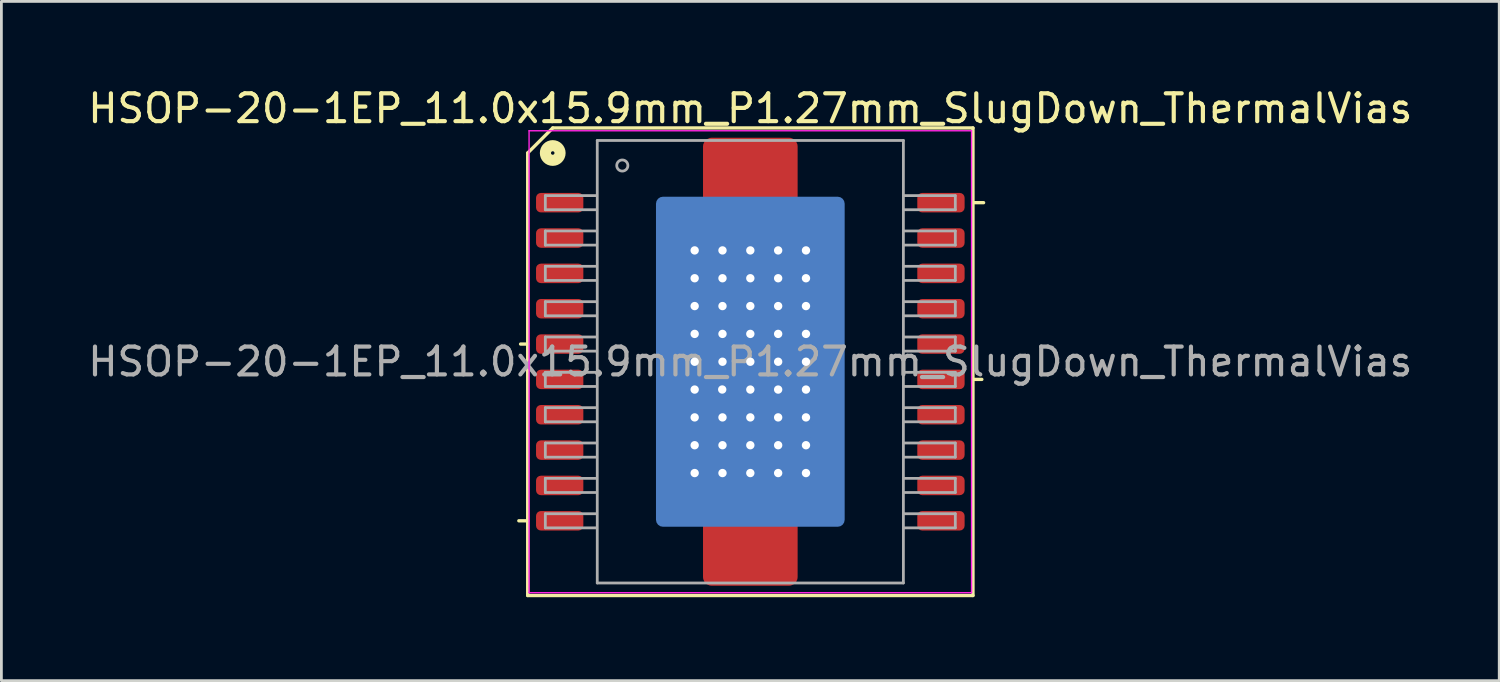
<source format=kicad_pcb>
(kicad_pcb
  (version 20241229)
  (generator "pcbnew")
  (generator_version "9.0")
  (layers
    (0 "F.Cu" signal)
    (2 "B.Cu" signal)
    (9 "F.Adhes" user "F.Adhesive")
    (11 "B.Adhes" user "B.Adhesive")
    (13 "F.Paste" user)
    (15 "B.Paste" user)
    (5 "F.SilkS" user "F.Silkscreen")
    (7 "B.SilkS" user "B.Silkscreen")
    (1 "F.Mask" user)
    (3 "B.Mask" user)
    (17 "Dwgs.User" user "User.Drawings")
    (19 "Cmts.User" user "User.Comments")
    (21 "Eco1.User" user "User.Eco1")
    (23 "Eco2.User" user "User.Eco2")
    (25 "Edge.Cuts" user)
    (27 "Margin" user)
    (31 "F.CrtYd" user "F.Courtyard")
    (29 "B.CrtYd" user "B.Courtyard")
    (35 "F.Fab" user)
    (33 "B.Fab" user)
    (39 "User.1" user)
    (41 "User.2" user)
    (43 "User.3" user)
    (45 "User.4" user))
  (footprint "HSOP-20-1EP_11.0x15.9mm_P1.27mm_SlugDown_ThermalVias"
    (layer "F.Cu")
    (at 23.911 9.948)
    (property "Reference" "HSOP-20-1EP_11.0x15.9mm_P1.27mm_SlugDown_ThermalVias" (at 0 -9.1 0) (layer "F.SilkS") (effects (font (size 1 1) (thickness 0.15))))
    (attr smd)
    (fp_line (start -8.001 -0.635) (end -8.255 -0.635) (stroke (width 0.12) (type solid)) (layer "F.SilkS"))
    (fp_line (start -8 -7.5) (end -8 8.4) (stroke (width 0.12) (type solid)) (layer "F.SilkS"))
    (fp_line (start -8 -7.5) (end -7.1 -8.4) (stroke (width 0.12) (type solid)) (layer "F.SilkS"))
    (fp_line (start -8 5.715) (end -8.318 5.715) (stroke (width 0.12) (type solid)) (layer "F.SilkS"))
    (fp_line (start -8 8.4) (end 8 8.4) (stroke (width 0.12) (type solid)) (layer "F.SilkS"))
    (fp_line (start 8 -8.4) (end -7.1 -8.4) (stroke (width 0.12) (type solid)) (layer "F.SilkS"))
    (fp_line (start 8 8.4) (end 8 -8.4) (stroke (width 0.12) (type solid)) (layer "F.SilkS"))
    (fp_line (start 8.001 -5.715) (end 8.382 -5.715) (stroke (width 0.12) (type solid)) (layer "F.SilkS"))
    (fp_line (start 8.001 0.635) (end 8.319 0.635) (stroke (width 0.12) (type solid)) (layer "F.SilkS"))
    (fp_circle (center -7.1 -7.5) (end -7.037 -7.5) (stroke (width 0.4) (type solid)) (fill no) (layer "F.SilkS"))
    (fp_line (start -7.95 -8.3) (end -7.95 8.3) (stroke (width 0.05) (type solid)) (layer "F.CrtYd"))
    (fp_line (start -7.95 -8.3) (end 7.95 -8.3) (stroke (width 0.05) (type solid)) (layer "F.CrtYd"))
    (fp_line (start 7.95 8.3) (end -7.95 8.3) (stroke (width 0.05) (type solid)) (layer "F.CrtYd"))
    (fp_line (start 7.95 8.3) (end 7.95 -8.3) (stroke (width 0.05) (type solid)) (layer "F.CrtYd"))
    (fp_line (start -7.366 -5.969) (end -7.366 -5.461) (stroke (width 0.1) (type solid)) (layer "F.Fab"))
    (fp_line (start -7.366 -5.969) (end -5.524 -5.969) (stroke (width 0.1) (type solid)) (layer "F.Fab"))
    (fp_line (start -7.366 -5.461) (end -5.524 -5.461) (stroke (width 0.1) (type solid)) (layer "F.Fab"))
    (fp_line (start -7.366 -4.699) (end -7.366 -4.191) (stroke (width 0.1) (type solid)) (layer "F.Fab"))
    (fp_line (start -7.366 -4.699) (end -5.524 -4.699) (stroke (width 0.1) (type solid)) (layer "F.Fab"))
    (fp_line (start -7.366 -4.191) (end -5.524 -4.191) (stroke (width 0.1) (type solid)) (layer "F.Fab"))
    (fp_line (start -7.366 -3.429) (end -7.366 -2.921) (stroke (width 0.1) (type solid)) (layer "F.Fab"))
    (fp_line (start -7.366 -3.429) (end -5.524 -3.429) (stroke (width 0.1) (type solid)) (layer "F.Fab"))
    (fp_line (start -7.366 -2.921) (end -5.524 -2.921) (stroke (width 0.1) (type solid)) (layer "F.Fab"))
    (fp_line (start -7.366 -2.159) (end -7.366 -1.651) (stroke (width 0.1) (type solid)) (layer "F.Fab"))
    (fp_line (start -7.366 -2.159) (end -5.524 -2.159) (stroke (width 0.1) (type solid)) (layer "F.Fab"))
    (fp_line (start -7.366 -1.651) (end -5.524 -1.651) (stroke (width 0.1) (type solid)) (layer "F.Fab"))
    (fp_line (start -7.366 -0.889) (end -7.366 -0.381) (stroke (width 0.1) (type solid)) (layer "F.Fab"))
    (fp_line (start -7.366 -0.889) (end -5.524 -0.889) (stroke (width 0.1) (type solid)) (layer "F.Fab"))
    (fp_line (start -7.366 -0.381) (end -5.524 -0.381) (stroke (width 0.1) (type solid)) (layer "F.Fab"))
    (fp_line (start -7.366 0.381) (end -7.366 0.889) (stroke (width 0.1) (type solid)) (layer "F.Fab"))
    (fp_line (start -7.366 0.381) (end -5.524 0.381) (stroke (width 0.1) (type solid)) (layer "F.Fab"))
    (fp_line (start -7.366 0.889) (end -5.524 0.889) (stroke (width 0.1) (type solid)) (layer "F.Fab"))
    (fp_line (start -7.366 1.651) (end -7.366 2.159) (stroke (width 0.1) (type solid)) (layer "F.Fab"))
    (fp_line (start -7.366 1.651) (end -5.524 1.651) (stroke (width 0.1) (type solid)) (layer "F.Fab"))
    (fp_line (start -7.366 2.159) (end -5.524 2.159) (stroke (width 0.1) (type solid)) (layer "F.Fab"))
    (fp_line (start -7.366 2.921) (end -7.366 3.429) (stroke (width 0.1) (type solid)) (layer "F.Fab"))
    (fp_line (start -7.366 2.921) (end -5.524 2.921) (stroke (width 0.1) (type solid)) (layer "F.Fab"))
    (fp_line (start -7.366 3.429) (end -5.524 3.429) (stroke (width 0.1) (type solid)) (layer "F.Fab"))
    (fp_line (start -7.366 4.191) (end -7.366 4.699) (stroke (width 0.1) (type solid)) (layer "F.Fab"))
    (fp_line (start -7.366 4.191) (end -5.524 4.191) (stroke (width 0.1) (type solid)) (layer "F.Fab"))
    (fp_line (start -7.366 4.699) (end -5.524 4.699) (stroke (width 0.1) (type solid)) (layer "F.Fab"))
    (fp_line (start -7.366 5.461) (end -7.366 5.969) (stroke (width 0.1) (type solid)) (layer "F.Fab"))
    (fp_line (start -7.366 5.461) (end -5.524 5.461) (stroke (width 0.1) (type solid)) (layer "F.Fab"))
    (fp_line (start -7.366 5.969) (end -5.524 5.969) (stroke (width 0.1) (type solid)) (layer "F.Fab"))
    (fp_line (start -5.5 -7.95) (end -5.5 7.95) (stroke (width 0.1) (type solid)) (layer "F.Fab"))
    (fp_line (start -5.5 7.95) (end 5.5 7.95) (stroke (width 0.1) (type solid)) (layer "F.Fab"))
    (fp_line (start 5.5 -7.95) (end -5.5 -7.95) (stroke (width 0.1) (type solid)) (layer "F.Fab"))
    (fp_line (start 5.5 7.95) (end 5.5 -7.95) (stroke (width 0.1) (type solid)) (layer "F.Fab"))
    (fp_line (start 7.366 -5.969) (end 5.524 -5.969) (stroke (width 0.1) (type solid)) (layer "F.Fab"))
    (fp_line (start 7.366 -5.461) (end 5.524 -5.461) (stroke (width 0.1) (type solid)) (layer "F.Fab"))
    (fp_line (start 7.366 -5.461) (end 7.366 -5.969) (stroke (width 0.1) (type solid)) (layer "F.Fab"))
    (fp_line (start 7.366 -4.699) (end 5.524 -4.699) (stroke (width 0.1) (type solid)) (layer "F.Fab"))
    (fp_line (start 7.366 -4.191) (end 5.524 -4.191) (stroke (width 0.1) (type solid)) (layer "F.Fab"))
    (fp_line (start 7.366 -4.191) (end 7.366 -4.699) (stroke (width 0.1) (type solid)) (layer "F.Fab"))
    (fp_line (start 7.366 -3.429) (end 5.524 -3.429) (stroke (width 0.1) (type solid)) (layer "F.Fab"))
    (fp_line (start 7.366 -2.921) (end 5.524 -2.921) (stroke (width 0.1) (type solid)) (layer "F.Fab"))
    (fp_line (start 7.366 -2.921) (end 7.366 -3.429) (stroke (width 0.1) (type solid)) (layer "F.Fab"))
    (fp_line (start 7.366 -2.159) (end 5.524 -2.159) (stroke (width 0.1) (type solid)) (layer "F.Fab"))
    (fp_line (start 7.366 -1.651) (end 5.524 -1.651) (stroke (width 0.1) (type solid)) (layer "F.Fab"))
    (fp_line (start 7.366 -1.651) (end 7.366 -2.159) (stroke (width 0.1) (type solid)) (layer "F.Fab"))
    (fp_line (start 7.366 -0.889) (end 5.524 -0.889) (stroke (width 0.1) (type solid)) (layer "F.Fab"))
    (fp_line (start 7.366 -0.381) (end 5.524 -0.381) (stroke (width 0.1) (type solid)) (layer "F.Fab"))
    (fp_line (start 7.366 -0.381) (end 7.366 -0.889) (stroke (width 0.1) (type solid)) (layer "F.Fab"))
    (fp_line (start 7.366 0.381) (end 5.524 0.381) (stroke (width 0.1) (type solid)) (layer "F.Fab"))
    (fp_line (start 7.366 0.889) (end 5.524 0.889) (stroke (width 0.1) (type solid)) (layer "F.Fab"))
    (fp_line (start 7.366 0.889) (end 7.366 0.381) (stroke (width 0.1) (type solid)) (layer "F.Fab"))
    (fp_line (start 7.366 1.651) (end 5.524 1.651) (stroke (width 0.1) (type solid)) (layer "F.Fab"))
    (fp_line (start 7.366 2.159) (end 5.524 2.159) (stroke (width 0.1) (type solid)) (layer "F.Fab"))
    (fp_line (start 7.366 2.159) (end 7.366 1.651) (stroke (width 0.1) (type solid)) (layer "F.Fab"))
    (fp_line (start 7.366 2.921) (end 5.524 2.921) (stroke (width 0.1) (type solid)) (layer "F.Fab"))
    (fp_line (start 7.366 3.429) (end 5.524 3.429) (stroke (width 0.1) (type solid)) (layer "F.Fab"))
    (fp_line (start 7.366 3.429) (end 7.366 2.921) (stroke (width 0.1) (type solid)) (layer "F.Fab"))
    (fp_line (start 7.366 4.191) (end 5.524 4.191) (stroke (width 0.1) (type solid)) (layer "F.Fab"))
    (fp_line (start 7.366 4.699) (end 5.524 4.699) (stroke (width 0.1) (type solid)) (layer "F.Fab"))
    (fp_line (start 7.366 4.699) (end 7.366 4.191) (stroke (width 0.1) (type solid)) (layer "F.Fab"))
    (fp_line (start 7.366 5.461) (end 5.524 5.461) (stroke (width 0.1) (type solid)) (layer "F.Fab"))
    (fp_line (start 7.366 5.969) (end 5.524 5.969) (stroke (width 0.1) (type solid)) (layer "F.Fab"))
    (fp_line (start 7.366 5.969) (end 7.366 5.461) (stroke (width 0.1) (type solid)) (layer "F.Fab"))
    (fp_circle (center -4.6 -7.05) (end -4.4 -7.05) (stroke (width 0.1) (type solid)) (fill no) (layer "F.Fab"))
    (fp_text user "${REFERENCE}" (at 0 0 0) (layer "F.Fab") (effects (font (size 1 1) (thickness 0.15))))
    (pad "" smd roundrect (at -2.4 -4.5) (size 1.3 1.5) (layers "F.Paste") (roundrect_rratio 0.167))
    (pad "" smd roundrect (at -2.4 -2.7) (size 1.3 1.5) (layers "F.Paste") (roundrect_rratio 0.167))
    (pad "" smd roundrect (at -2.4 -0.9) (size 1.3 1.5) (layers "F.Paste") (roundrect_rratio 0.167))
    (pad "" smd roundrect (at -2.4 0.9) (size 1.3 1.5) (layers "F.Paste") (roundrect_rratio 0.167))
    (pad "" smd roundrect (at -2.4 2.7) (size 1.3 1.5) (layers "F.Paste") (roundrect_rratio 0.167))
    (pad "" smd roundrect (at -2.4 4.5) (size 1.3 1.5) (layers "F.Paste") (roundrect_rratio 0.167))
    (pad "" smd roundrect (at -0.8 -7.6) (size 1.3 0.6) (layers "F.Paste") (roundrect_rratio 0.167))
    (pad "" smd roundrect (at -0.8 -6.3) (size 1.3 1.5) (layers "F.Paste") (roundrect_rratio 0.167))
    (pad "" smd roundrect (at -0.8 -4.5) (size 1.3 1.5) (layers "F.Paste") (roundrect_rratio 0.167))
    (pad "" smd roundrect (at -0.8 -2.7) (size 1.3 1.5) (layers "F.Paste") (roundrect_rratio 0.167))
    (pad "" smd roundrect (at -0.8 -0.9) (size 1.3 1.5) (layers "F.Paste") (roundrect_rratio 0.167))
    (pad "" smd roundrect (at -0.8 0.9) (size 1.3 1.5) (layers "F.Paste") (roundrect_rratio 0.167))
    (pad "" smd roundrect (at -0.8 2.7) (size 1.3 1.5) (layers "F.Paste") (roundrect_rratio 0.167))
    (pad "" smd roundrect (at -0.8 4.5) (size 1.3 1.5) (layers "F.Paste") (roundrect_rratio 0.167))
    (pad "" smd roundrect (at -0.8 6.3) (size 1.3 1.5) (layers "F.Paste") (roundrect_rratio 0.167))
    (pad "" smd roundrect (at -0.8 7.6) (size 1.3 0.6) (layers "F.Paste") (roundrect_rratio 0.167))
    (pad "" smd roundrect (at 0.8 -7.6) (size 1.3 0.6) (layers "F.Paste") (roundrect_rratio 0.167))
    (pad "" smd roundrect (at 0.8 -6.3) (size 1.3 1.5) (layers "F.Paste") (roundrect_rratio 0.167))
    (pad "" smd roundrect (at 0.8 -4.5) (size 1.3 1.5) (layers "F.Paste") (roundrect_rratio 0.167))
    (pad "" smd roundrect (at 0.8 -2.7) (size 1.3 1.5) (layers "F.Paste") (roundrect_rratio 0.167))
    (pad "" smd roundrect (at 0.8 -0.9) (size 1.3 1.5) (layers "F.Paste") (roundrect_rratio 0.167))
    (pad "" smd roundrect (at 0.8 0.9) (size 1.3 1.5) (layers "F.Paste") (roundrect_rratio 0.167))
    (pad "" smd roundrect (at 0.8 2.7) (size 1.3 1.5) (layers "F.Paste") (roundrect_rratio 0.167))
    (pad "" smd roundrect (at 0.8 4.5) (size 1.3 1.5) (layers "F.Paste") (roundrect_rratio 0.167))
    (pad "" smd roundrect (at 0.8 6.3) (size 1.3 1.5) (layers "F.Paste") (roundrect_rratio 0.167))
    (pad "" smd roundrect (at 0.8 7.6) (size 1.3 0.6) (layers "F.Paste") (roundrect_rratio 0.167))
    (pad "" smd roundrect (at 2.4 -4.5) (size 1.3 1.5) (layers "F.Paste") (roundrect_rratio 0.167))
    (pad "" smd roundrect (at 2.4 -2.7) (size 1.3 1.5) (layers "F.Paste") (roundrect_rratio 0.167))
    (pad "" smd roundrect (at 2.4 -0.9) (size 1.3 1.5) (layers "F.Paste") (roundrect_rratio 0.167))
    (pad "" smd roundrect (at 2.4 0.9) (size 1.3 1.5) (layers "F.Paste") (roundrect_rratio 0.167))
    (pad "" smd roundrect (at 2.4 2.7) (size 1.3 1.5) (layers "F.Paste") (roundrect_rratio 0.167))
    (pad "" smd roundrect (at 2.4 4.5) (size 1.3 1.5) (layers "F.Paste") (roundrect_rratio 0.167))
    (pad "1" smd roundrect (at -6.85 -5.715) (size 1.7 0.7) (layers "F.Cu" "F.Mask" "F.Paste") (roundrect_rratio 0.25))
    (pad "2" smd roundrect (at -6.85 -4.445) (size 1.7 0.7) (layers "F.Cu" "F.Mask" "F.Paste") (roundrect_rratio 0.25))
    (pad "3" smd roundrect (at -6.85 -3.175) (size 1.7 0.7) (layers "F.Cu" "F.Mask" "F.Paste") (roundrect_rratio 0.25))
    (pad "4" smd roundrect (at -6.85 -1.905) (size 1.7 0.7) (layers "F.Cu" "F.Mask" "F.Paste") (roundrect_rratio 0.25))
    (pad "5" smd roundrect (at -6.85 -0.635) (size 1.7 0.7) (layers "F.Cu" "F.Mask" "F.Paste") (roundrect_rratio 0.25))
    (pad "6" smd roundrect (at -6.85 0.635) (size 1.7 0.7) (layers "F.Cu" "F.Mask" "F.Paste") (roundrect_rratio 0.25))
    (pad "7" smd roundrect (at -6.85 1.905) (size 1.7 0.7) (layers "F.Cu" "F.Mask" "F.Paste") (roundrect_rratio 0.25))
    (pad "8" smd roundrect (at -6.85 3.175) (size 1.7 0.7) (layers "F.Cu" "F.Mask" "F.Paste") (roundrect_rratio 0.25))
    (pad "9" smd roundrect (at -6.85 4.445) (size 1.7 0.7) (layers "F.Cu" "F.Mask" "F.Paste") (roundrect_rratio 0.25))
    (pad "10" smd roundrect (at -6.85 5.715) (size 1.7 0.7) (layers "F.Cu" "F.Mask" "F.Paste") (roundrect_rratio 0.25))
    (pad "11" smd roundrect (at 6.85 5.715) (size 1.7 0.7) (layers "F.Cu" "F.Mask" "F.Paste") (roundrect_rratio 0.25))
    (pad "12" smd roundrect (at 6.85 4.445) (size 1.7 0.7) (layers "F.Cu" "F.Mask" "F.Paste") (roundrect_rratio 0.25))
    (pad "13" smd roundrect (at 6.85 3.175) (size 1.7 0.7) (layers "F.Cu" "F.Mask" "F.Paste") (roundrect_rratio 0.25))
    (pad "14" smd roundrect (at 6.85 1.905) (size 1.7 0.7) (layers "F.Cu" "F.Mask" "F.Paste") (roundrect_rratio 0.25))
    (pad "15" smd roundrect (at 6.85 0.635) (size 1.7 0.7) (layers "F.Cu" "F.Mask" "F.Paste") (roundrect_rratio 0.25))
    (pad "16" smd roundrect (at 6.85 -0.635) (size 1.7 0.7) (layers "F.Cu" "F.Mask" "F.Paste") (roundrect_rratio 0.25))
    (pad "17" smd roundrect (at 6.85 -1.905) (size 1.7 0.7) (layers "F.Cu" "F.Mask" "F.Paste") (roundrect_rratio 0.25))
    (pad "18" smd roundrect (at 6.85 -3.175) (size 1.7 0.7) (layers "F.Cu" "F.Mask" "F.Paste") (roundrect_rratio 0.25))
    (pad "19" smd roundrect (at 6.85 -4.445) (size 1.7 0.7) (layers "F.Cu" "F.Mask" "F.Paste") (roundrect_rratio 0.25))
    (pad "20" smd roundrect (at 6.85 -5.715) (size 1.7 0.7) (layers "F.Cu" "F.Mask" "F.Paste") (roundrect_rratio 0.25))
    (pad "21" thru_hole circle (at -2 -4) (size 0.6 0.6) (drill 0.3) (property pad_prop_heatsink) (layers "*.Cu"))
    (pad "21" thru_hole circle (at -2 -3) (size 0.6 0.6) (drill 0.3) (property pad_prop_heatsink) (layers "*.Cu"))
    (pad "21" thru_hole circle (at -2 -2) (size 0.6 0.6) (drill 0.3) (property pad_prop_heatsink) (layers "*.Cu"))
    (pad "21" thru_hole circle (at -2 -1) (size 0.6 0.6) (drill 0.3) (property pad_prop_heatsink) (layers "*.Cu"))
    (pad "21" thru_hole circle (at -2 0) (size 0.6 0.6) (drill 0.3) (property pad_prop_heatsink) (layers "*.Cu"))
    (pad "21" thru_hole circle (at -2 1) (size 0.6 0.6) (drill 0.3) (property pad_prop_heatsink) (layers "*.Cu"))
    (pad "21" thru_hole circle (at -2 2) (size 0.6 0.6) (drill 0.3) (property pad_prop_heatsink) (layers "*.Cu"))
    (pad "21" thru_hole circle (at -2 3) (size 0.6 0.6) (drill 0.3) (property pad_prop_heatsink) (layers "*.Cu"))
    (pad "21" thru_hole circle (at -2 4) (size 0.6 0.6) (drill 0.3) (property pad_prop_heatsink) (layers "*.Cu"))
    (pad "21" thru_hole circle (at -1.01 0.998) (size 0.6 0.6) (drill 0.3) (property pad_prop_heatsink) (layers "*.Cu"))
    (pad "21" thru_hole circle (at -1 -4) (size 0.6 0.6) (drill 0.3) (property pad_prop_heatsink) (layers "*.Cu"))
    (pad "21" thru_hole circle (at -1 -3) (size 0.6 0.6) (drill 0.3) (property pad_prop_heatsink) (layers "*.Cu"))
    (pad "21" thru_hole circle (at -1 -2) (size 0.6 0.6) (drill 0.3) (property pad_prop_heatsink) (layers "*.Cu"))
    (pad "21" thru_hole circle (at -1 -1) (size 0.6 0.6) (drill 0.3) (property pad_prop_heatsink) (layers "*.Cu"))
    (pad "21" thru_hole circle (at -1 0) (size 0.6 0.6) (drill 0.3) (property pad_prop_heatsink) (layers "*.Cu"))
    (pad "21" thru_hole circle (at -1 2) (size 0.6 0.6) (drill 0.3) (property pad_prop_heatsink) (layers "*.Cu"))
    (pad "21" thru_hole circle (at -1 3) (size 0.6 0.6) (drill 0.3) (property pad_prop_heatsink) (layers "*.Cu"))
    (pad "21" thru_hole circle (at -1 4) (size 0.6 0.6) (drill 0.3) (property pad_prop_heatsink) (layers "*.Cu"))
    (pad "21" smd roundrect (at 0 -6.55) (size 3.4 3) (layers "F.Cu" "F.Mask") (roundrect_rratio 0.104))
    (pad "21" thru_hole circle (at 0 -4) (size 0.6 0.6) (drill 0.3) (property pad_prop_heatsink) (layers "*.Cu"))
    (pad "21" thru_hole circle (at 0 -3) (size 0.6 0.6) (drill 0.3) (property pad_prop_heatsink) (layers "*.Cu"))
    (pad "21" thru_hole circle (at 0 -2) (size 0.6 0.6) (drill 0.3) (property pad_prop_heatsink) (layers "*.Cu"))
    (pad "21" thru_hole circle (at 0 -1) (size 0.6 0.6) (drill 0.3) (property pad_prop_heatsink) (layers "*.Cu"))
    (pad "21" thru_hole circle (at 0 0) (size 0.6 0.6) (drill 0.3) (property pad_prop_heatsink) (layers "*.Cu"))
    (pad "21" smd roundrect (at 0 0) (size 6.4 11.27) (layers "F.Cu" "F.Mask") (roundrect_rratio 0.039))
    (pad "21" smd roundrect (at 0 0) (size 6.78 11.86) (layers "B.Cu" "B.Mask") (roundrect_rratio 0.037))
    (pad "21" thru_hole circle (at 0 1) (size 0.6 0.6) (drill 0.3) (property pad_prop_heatsink) (layers "*.Cu"))
    (pad "21" thru_hole circle (at 0 2) (size 0.6 0.6) (drill 0.3) (property pad_prop_heatsink) (layers "*.Cu"))
    (pad "21" thru_hole circle (at 0 3) (size 0.6 0.6) (drill 0.3) (property pad_prop_heatsink) (layers "*.Cu"))
    (pad "21" thru_hole circle (at 0 4) (size 0.6 0.6) (drill 0.3) (property pad_prop_heatsink) (layers "*.Cu"))
    (pad "21" smd roundrect (at 0 6.55) (size 3.4 3) (layers "F.Cu" "F.Mask") (roundrect_rratio 0.104))
    (pad "21" thru_hole circle (at 1 -4) (size 0.6 0.6) (drill 0.3) (property pad_prop_heatsink) (layers "*.Cu"))
    (pad "21" thru_hole circle (at 1 -3) (size 0.6 0.6) (drill 0.3) (property pad_prop_heatsink) (layers "*.Cu"))
    (pad "21" thru_hole circle (at 1 -2) (size 0.6 0.6) (drill 0.3) (property pad_prop_heatsink) (layers "*.Cu"))
    (pad "21" thru_hole circle (at 1 -1) (size 0.6 0.6) (drill 0.3) (property pad_prop_heatsink) (layers "*.Cu"))
    (pad "21" thru_hole circle (at 1 0) (size 0.6 0.6) (drill 0.3) (property pad_prop_heatsink) (layers "*.Cu"))
    (pad "21" thru_hole circle (at 1 1) (size 0.6 0.6) (drill 0.3) (property pad_prop_heatsink) (layers "*.Cu"))
    (pad "21" thru_hole circle (at 1 2) (size 0.6 0.6) (drill 0.3) (property pad_prop_heatsink) (layers "*.Cu"))
    (pad "21" thru_hole circle (at 1 3) (size 0.6 0.6) (drill 0.3) (property pad_prop_heatsink) (layers "*.Cu"))
    (pad "21" thru_hole circle (at 1 4) (size 0.6 0.6) (drill 0.3) (property pad_prop_heatsink) (layers "*.Cu"))
    (pad "21" thru_hole circle (at 2 -4) (size 0.6 0.6) (drill 0.3) (property pad_prop_heatsink) (layers "*.Cu"))
    (pad "21" thru_hole circle (at 2 -3) (size 0.6 0.6) (drill 0.3) (property pad_prop_heatsink) (layers "*.Cu"))
    (pad "21" thru_hole circle (at 2 -2) (size 0.6 0.6) (drill 0.3) (property pad_prop_heatsink) (layers "*.Cu"))
    (pad "21" thru_hole circle (at 2 -1) (size 0.6 0.6) (drill 0.3) (property pad_prop_heatsink) (layers "*.Cu"))
    (pad "21" thru_hole circle (at 2 0) (size 0.6 0.6) (drill 0.3) (property pad_prop_heatsink) (layers "*.Cu"))
    (pad "21" thru_hole circle (at 2 1) (size 0.6 0.6) (drill 0.3) (property pad_prop_heatsink) (layers "*.Cu"))
    (pad "21" thru_hole circle (at 2 2) (size 0.6 0.6) (drill 0.3) (property pad_prop_heatsink) (layers "*.Cu"))
    (pad "21" thru_hole circle (at 2 3) (size 0.6 0.6) (drill 0.3) (property pad_prop_heatsink) (layers "*.Cu"))
    (pad "21" thru_hole circle (at 2 4) (size 0.6 0.6) (drill 0.3) (property pad_prop_heatsink) (layers "*.Cu")))
  (gr_rect
    (start -3 -3)
    (end 50.821 21.408)
    (stroke (width 0.1) (type default))
    (fill no)
    (layer "Edge.Cuts")))
</source>
